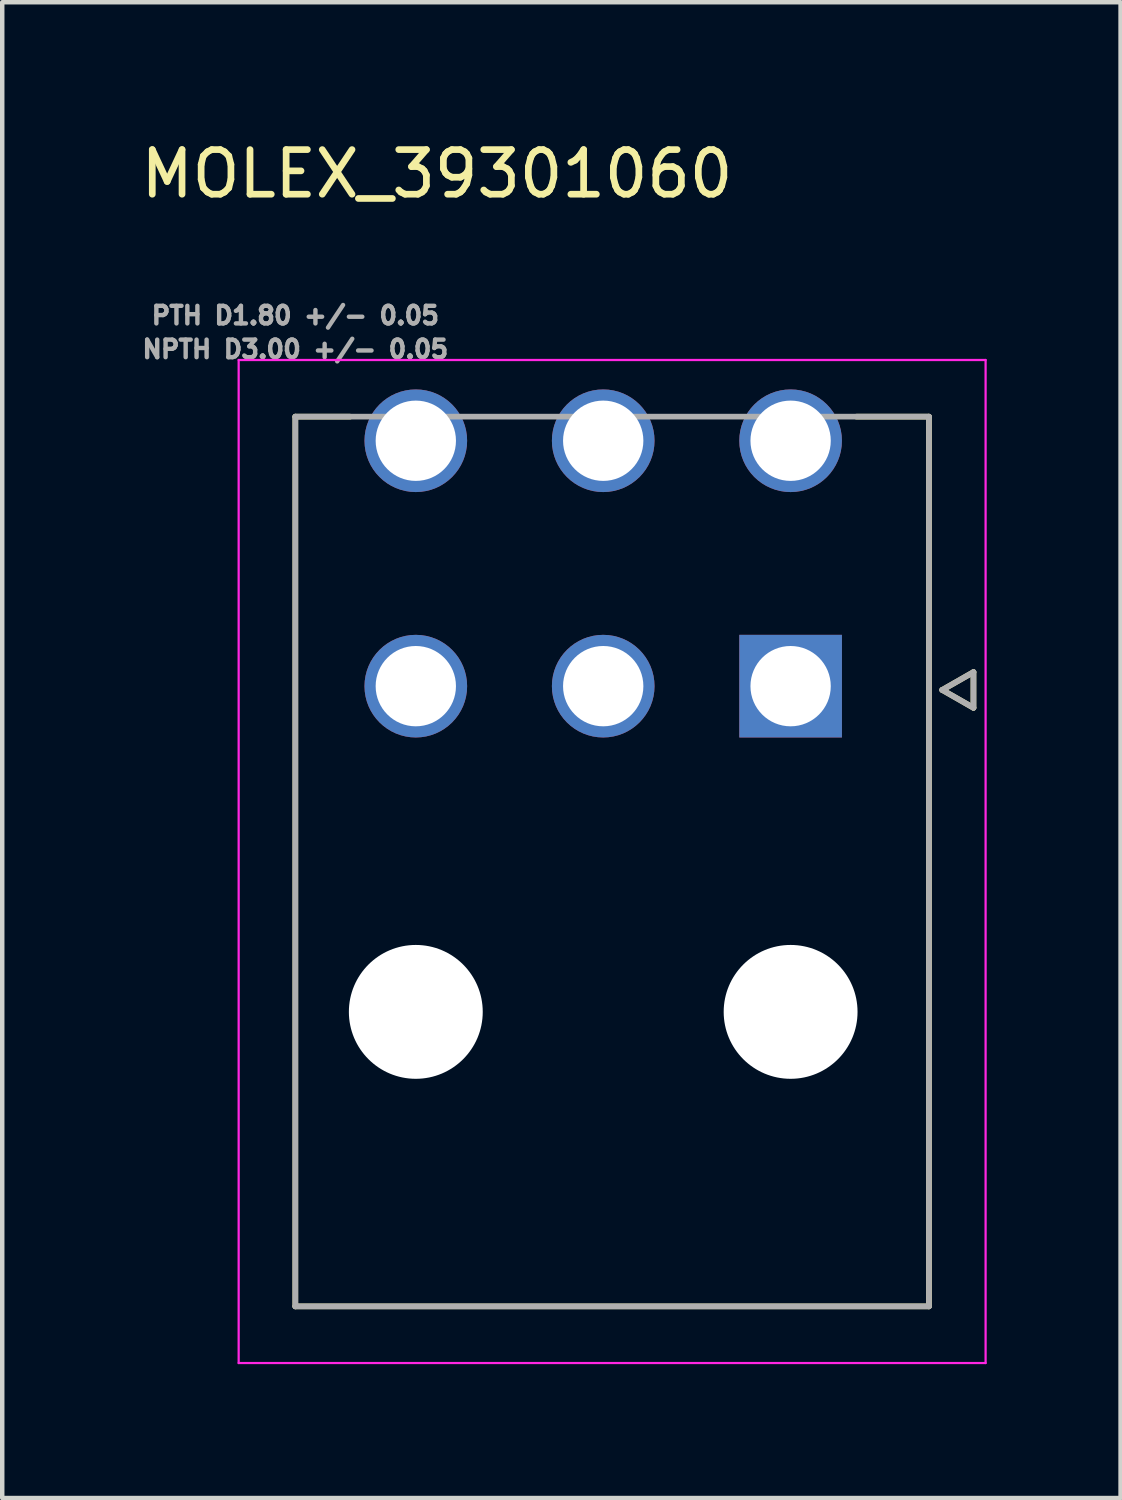
<source format=kicad_pcb>
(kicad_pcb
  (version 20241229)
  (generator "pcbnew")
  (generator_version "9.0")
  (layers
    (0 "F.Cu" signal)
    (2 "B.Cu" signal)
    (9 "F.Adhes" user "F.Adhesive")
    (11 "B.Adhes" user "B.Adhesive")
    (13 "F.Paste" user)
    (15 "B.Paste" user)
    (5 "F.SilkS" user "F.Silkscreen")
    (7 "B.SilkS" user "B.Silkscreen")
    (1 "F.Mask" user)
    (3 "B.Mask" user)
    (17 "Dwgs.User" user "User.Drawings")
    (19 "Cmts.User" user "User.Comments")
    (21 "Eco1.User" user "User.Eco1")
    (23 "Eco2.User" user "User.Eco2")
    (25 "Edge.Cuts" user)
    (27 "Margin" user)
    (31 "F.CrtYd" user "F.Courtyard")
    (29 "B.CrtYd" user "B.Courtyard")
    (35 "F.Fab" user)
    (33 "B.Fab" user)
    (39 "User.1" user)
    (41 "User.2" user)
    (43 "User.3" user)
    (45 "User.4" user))
  (footprint "MOLEX_39301060"
    (layer "F.Cu")
    (at 14.669 12.328)
    (property "Reference" "MOLEX_39301060" (at -7.925 -11.48 0) (layer "F.SilkS") (effects (font (size 1 1) (thickness 0.15))))
    (attr through_hole)
    (fp_circle (center -8.4 -5.5) (end -7.787 -5.5) (stroke (width 1.226) (type solid)) (fill no) (layer "F.Mask"))
    (fp_circle (center -8.4 0) (end -7.787 0) (stroke (width 1.226) (type solid)) (fill no) (layer "F.Mask"))
    (fp_circle (center -8.4 7.3) (end -7.612 7.3) (stroke (width 1.576) (type solid)) (fill no) (layer "F.Mask"))
    (fp_circle (center -4.2 -5.5) (end -3.587 -5.5) (stroke (width 1.226) (type solid)) (fill no) (layer "F.Mask"))
    (fp_circle (center -4.2 0) (end -3.587 0) (stroke (width 1.226) (type solid)) (fill no) (layer "F.Mask"))
    (fp_circle (center 0 -5.5) (end 0.613 -5.5) (stroke (width 1.226) (type solid)) (fill no) (layer "F.Mask"))
    (fp_circle (center 0 7.3) (end 0.788 7.3) (stroke (width 1.576) (type solid)) (fill no) (layer "F.Mask"))
    (fp_poly (pts (xy -1.226 -1.226) (xy 1.226 -1.226) (xy 1.226 1.226) (xy -1.226 1.226)) (stroke (width 0.01) (type solid)) (fill yes) (layer "F.Mask"))
    (fp_circle (center -8.4 -5.5) (end -7.787 -5.5) (stroke (width 1.226) (type solid)) (fill no) (layer "B.Mask"))
    (fp_circle (center -8.4 0) (end -7.787 0) (stroke (width 1.226) (type solid)) (fill no) (layer "B.Mask"))
    (fp_circle (center -8.4 7.3) (end -7.612 7.3) (stroke (width 1.576) (type solid)) (fill no) (layer "B.Mask"))
    (fp_circle (center -4.2 -5.5) (end -3.587 -5.5) (stroke (width 1.226) (type solid)) (fill no) (layer "B.Mask"))
    (fp_circle (center -4.2 0) (end -3.587 0) (stroke (width 1.226) (type solid)) (fill no) (layer "B.Mask"))
    (fp_circle (center 0 -5.5) (end 0.613 -5.5) (stroke (width 1.226) (type solid)) (fill no) (layer "B.Mask"))
    (fp_circle (center 0 7.3) (end 0.788 7.3) (stroke (width 1.576) (type solid)) (fill no) (layer "B.Mask"))
    (fp_poly (pts (xy -1.226 -1.226) (xy 1.226 -1.226) (xy 1.226 1.226) (xy -1.226 1.226)) (stroke (width 0.01) (type solid)) (fill yes) (layer "B.Mask"))
    (fp_line (start -11.1 -6.04) (end -9.876 -6.04) (stroke (width 0.127) (type solid)) (layer "F.SilkS"))
    (fp_line (start -11.1 13.9) (end -11.1 -6.04) (stroke (width 0.127) (type solid)) (layer "F.SilkS"))
    (fp_line (start 3.1 -6.04) (end 1.476 -6.04) (stroke (width 0.127) (type solid)) (layer "F.SilkS"))
    (fp_line (start 3.1 -6.04) (end 3.1 13.9) (stroke (width 0.127) (type solid)) (layer "F.SilkS"))
    (fp_line (start 3.1 13.9) (end -11.1 13.9) (stroke (width 0.127) (type solid)) (layer "F.SilkS"))
    (fp_line (start 3.398 0.085) (end 4.098 0.485) (stroke (width 0.127) (type solid)) (layer "F.SilkS"))
    (fp_line (start 4.098 -0.315) (end 3.398 0.085) (stroke (width 0.127) (type solid)) (layer "F.SilkS"))
    (fp_line (start 4.098 0.485) (end 4.098 -0.315) (stroke (width 0.127) (type solid)) (layer "F.SilkS"))
    (fp_line (start -12.37 -7.31) (end 4.37 -7.31) (stroke (width 0.05) (type solid)) (layer "F.CrtYd"))
    (fp_line (start -12.37 15.17) (end -12.37 -7.31) (stroke (width 0.05) (type solid)) (layer "F.CrtYd"))
    (fp_line (start 4.37 -7.31) (end 4.37 15.17) (stroke (width 0.05) (type solid)) (layer "F.CrtYd"))
    (fp_line (start 4.37 15.17) (end -12.37 15.17) (stroke (width 0.05) (type solid)) (layer "F.CrtYd"))
    (fp_line (start -11.1 -6.04) (end 3.1 -6.04) (stroke (width 0.127) (type solid)) (layer "F.Fab"))
    (fp_line (start -11.1 13.9) (end -11.1 -6.04) (stroke (width 0.127) (type solid)) (layer "F.Fab"))
    (fp_line (start 3.1 -6.04) (end 3.1 13.9) (stroke (width 0.127) (type solid)) (layer "F.Fab"))
    (fp_line (start 3.1 13.9) (end -11.1 13.9) (stroke (width 0.127) (type solid)) (layer "F.Fab"))
    (fp_line (start 3.398 0.085) (end 4.098 0.485) (stroke (width 0.127) (type solid)) (layer "F.Fab"))
    (fp_line (start 4.098 -0.315) (end 3.398 0.085) (stroke (width 0.127) (type solid)) (layer "F.Fab"))
    (fp_line (start 4.098 0.485) (end 4.098 -0.315) (stroke (width 0.127) (type solid)) (layer "F.Fab"))
    (fp_text user "NPTH D3.00 +/- 0.05" (at -11.1 -7.55 0) (layer "F.Fab") (effects (font (size 0.394 0.394) (thickness 0.15))))
    (fp_text user "PTH D1.80 +/- 0.05" (at -11.1 -8.307 0) (layer "F.Fab") (effects (font (size 0.394 0.394) (thickness 0.15))))
    (pad "" np_thru_hole circle (at -8.4 7.3) (size 3 3) (drill 3) (layers "*.Cu" "*.Mask"))
    (pad "" np_thru_hole circle (at 0 7.3) (size 3 3) (drill 3) (layers "*.Cu" "*.Mask"))
    (pad "1" thru_hole rect (at 0 0) (size 2.3 2.3) (drill 1.8) (layers "*.Cu"))
    (pad "2" thru_hole circle (at -4.2 0) (size 2.3 2.3) (drill 1.8) (layers "*.Cu"))
    (pad "3" thru_hole circle (at -8.4 0) (size 2.3 2.3) (drill 1.8) (layers "*.Cu"))
    (pad "4" thru_hole circle (at 0 -5.5) (size 2.3 2.3) (drill 1.8) (layers "*.Cu"))
    (pad "5" thru_hole circle (at -4.2 -5.5) (size 2.3 2.3) (drill 1.8) (layers "*.Cu"))
    (pad "6" thru_hole circle (at -8.4 -5.5) (size 2.3 2.3) (drill 1.8) (layers "*.Cu")))
  (gr_rect
    (start -3 -3)
    (end 22.064 30.523)
    (stroke (width 0.1) (type default))
    (fill no)
    (layer "Edge.Cuts")))
</source>
